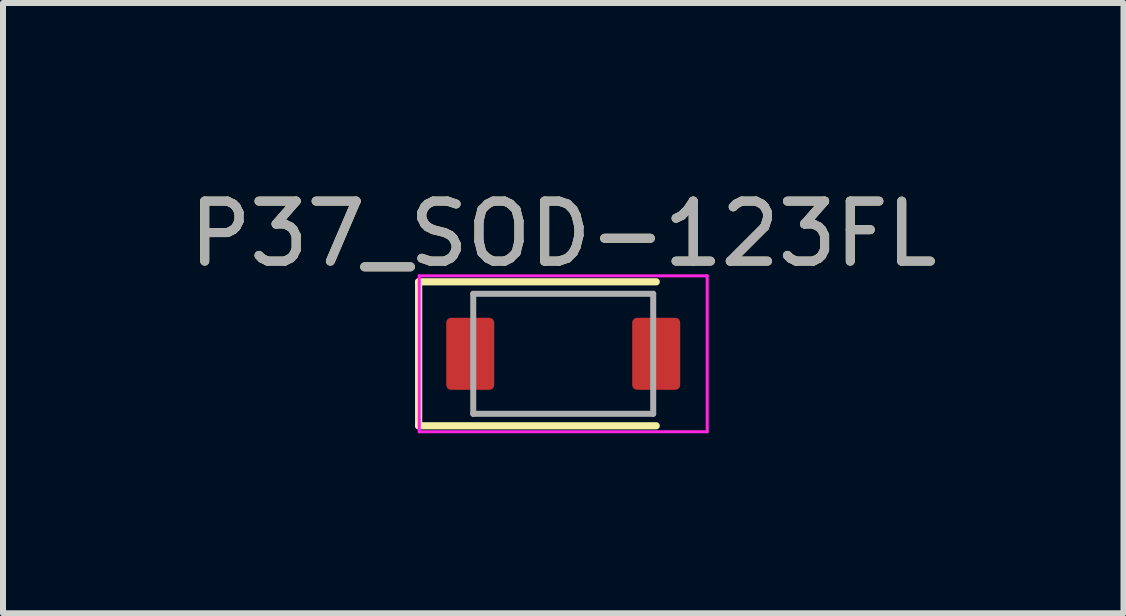
<source format=kicad_pcb>
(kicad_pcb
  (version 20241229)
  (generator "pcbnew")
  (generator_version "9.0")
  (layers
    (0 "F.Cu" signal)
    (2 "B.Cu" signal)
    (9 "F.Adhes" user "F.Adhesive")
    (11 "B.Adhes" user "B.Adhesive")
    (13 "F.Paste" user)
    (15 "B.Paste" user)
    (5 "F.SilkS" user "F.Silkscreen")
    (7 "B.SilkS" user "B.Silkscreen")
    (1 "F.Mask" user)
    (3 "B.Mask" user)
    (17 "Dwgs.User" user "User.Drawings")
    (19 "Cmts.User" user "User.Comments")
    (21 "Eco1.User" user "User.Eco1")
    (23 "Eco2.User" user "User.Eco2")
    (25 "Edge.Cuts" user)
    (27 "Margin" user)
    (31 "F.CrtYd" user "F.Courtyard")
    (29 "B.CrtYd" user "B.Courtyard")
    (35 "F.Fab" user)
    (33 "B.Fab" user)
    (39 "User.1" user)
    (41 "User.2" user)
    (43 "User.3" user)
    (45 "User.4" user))
  (footprint "P37_SOD-123FL"
    (layer "F.Cu")
    (at 6.339 2.848)
    (property "Reference" "P37_SOD-123FL" (at 0 -2 0) (layer "F.SilkS") (effects (font (size 1 1) (thickness 0.15))))
    (attr smd)
    (fp_line (start -2.41 -1.2) (end -2.41 1.2) (stroke (width 0.12) (type solid)) (layer "F.SilkS"))
    (fp_line (start -2.41 -1.2) (end 1.55 -1.2) (stroke (width 0.12) (type solid)) (layer "F.SilkS"))
    (fp_line (start -2.41 1.2) (end 1.55 1.2) (stroke (width 0.12) (type solid)) (layer "F.SilkS"))
    (fp_line (start -2.4 -1.3) (end -2.4 1.3) (stroke (width 0.05) (type solid)) (layer "F.CrtYd"))
    (fp_line (start -2.4 -1.3) (end 2.4 -1.3) (stroke (width 0.05) (type solid)) (layer "F.CrtYd"))
    (fp_line (start 2.4 -1.3) (end 2.4 1.3) (stroke (width 0.05) (type solid)) (layer "F.CrtYd"))
    (fp_line (start 2.4 1.3) (end -2.4 1.3) (stroke (width 0.05) (type solid)) (layer "F.CrtYd"))
    (fp_line (start -1.5 -1) (end 1.5 -1) (stroke (width 0.1) (type solid)) (layer "F.Fab"))
    (fp_line (start -1.5 1) (end -1.5 -1) (stroke (width 0.1) (type solid)) (layer "F.Fab"))
    (fp_line (start 1.5 -1) (end 1.5 1) (stroke (width 0.1) (type solid)) (layer "F.Fab"))
    (fp_line (start 1.5 1) (end -1.5 1) (stroke (width 0.1) (type solid)) (layer "F.Fab"))
    (fp_text user "${REFERENCE}" (at 0 -2 0) (layer "F.Fab") (effects (font (size 1 1) (thickness 0.15))))
    (pad "1" smd roundrect (at -1.55 0) (size 0.8 1.2) (layers "F.Cu" "F.Mask" "F.Paste") (roundrect_rratio 0.1))
    (pad "2" smd roundrect (at 1.55 0) (size 0.8 1.2) (layers "F.Cu" "F.Mask" "F.Paste") (roundrect_rratio 0.1)))
  (gr_rect
    (start -3 -3)
    (end 15.679 7.173)
    (stroke (width 0.1) (type default))
    (fill no)
    (layer "Edge.Cuts")))
</source>
